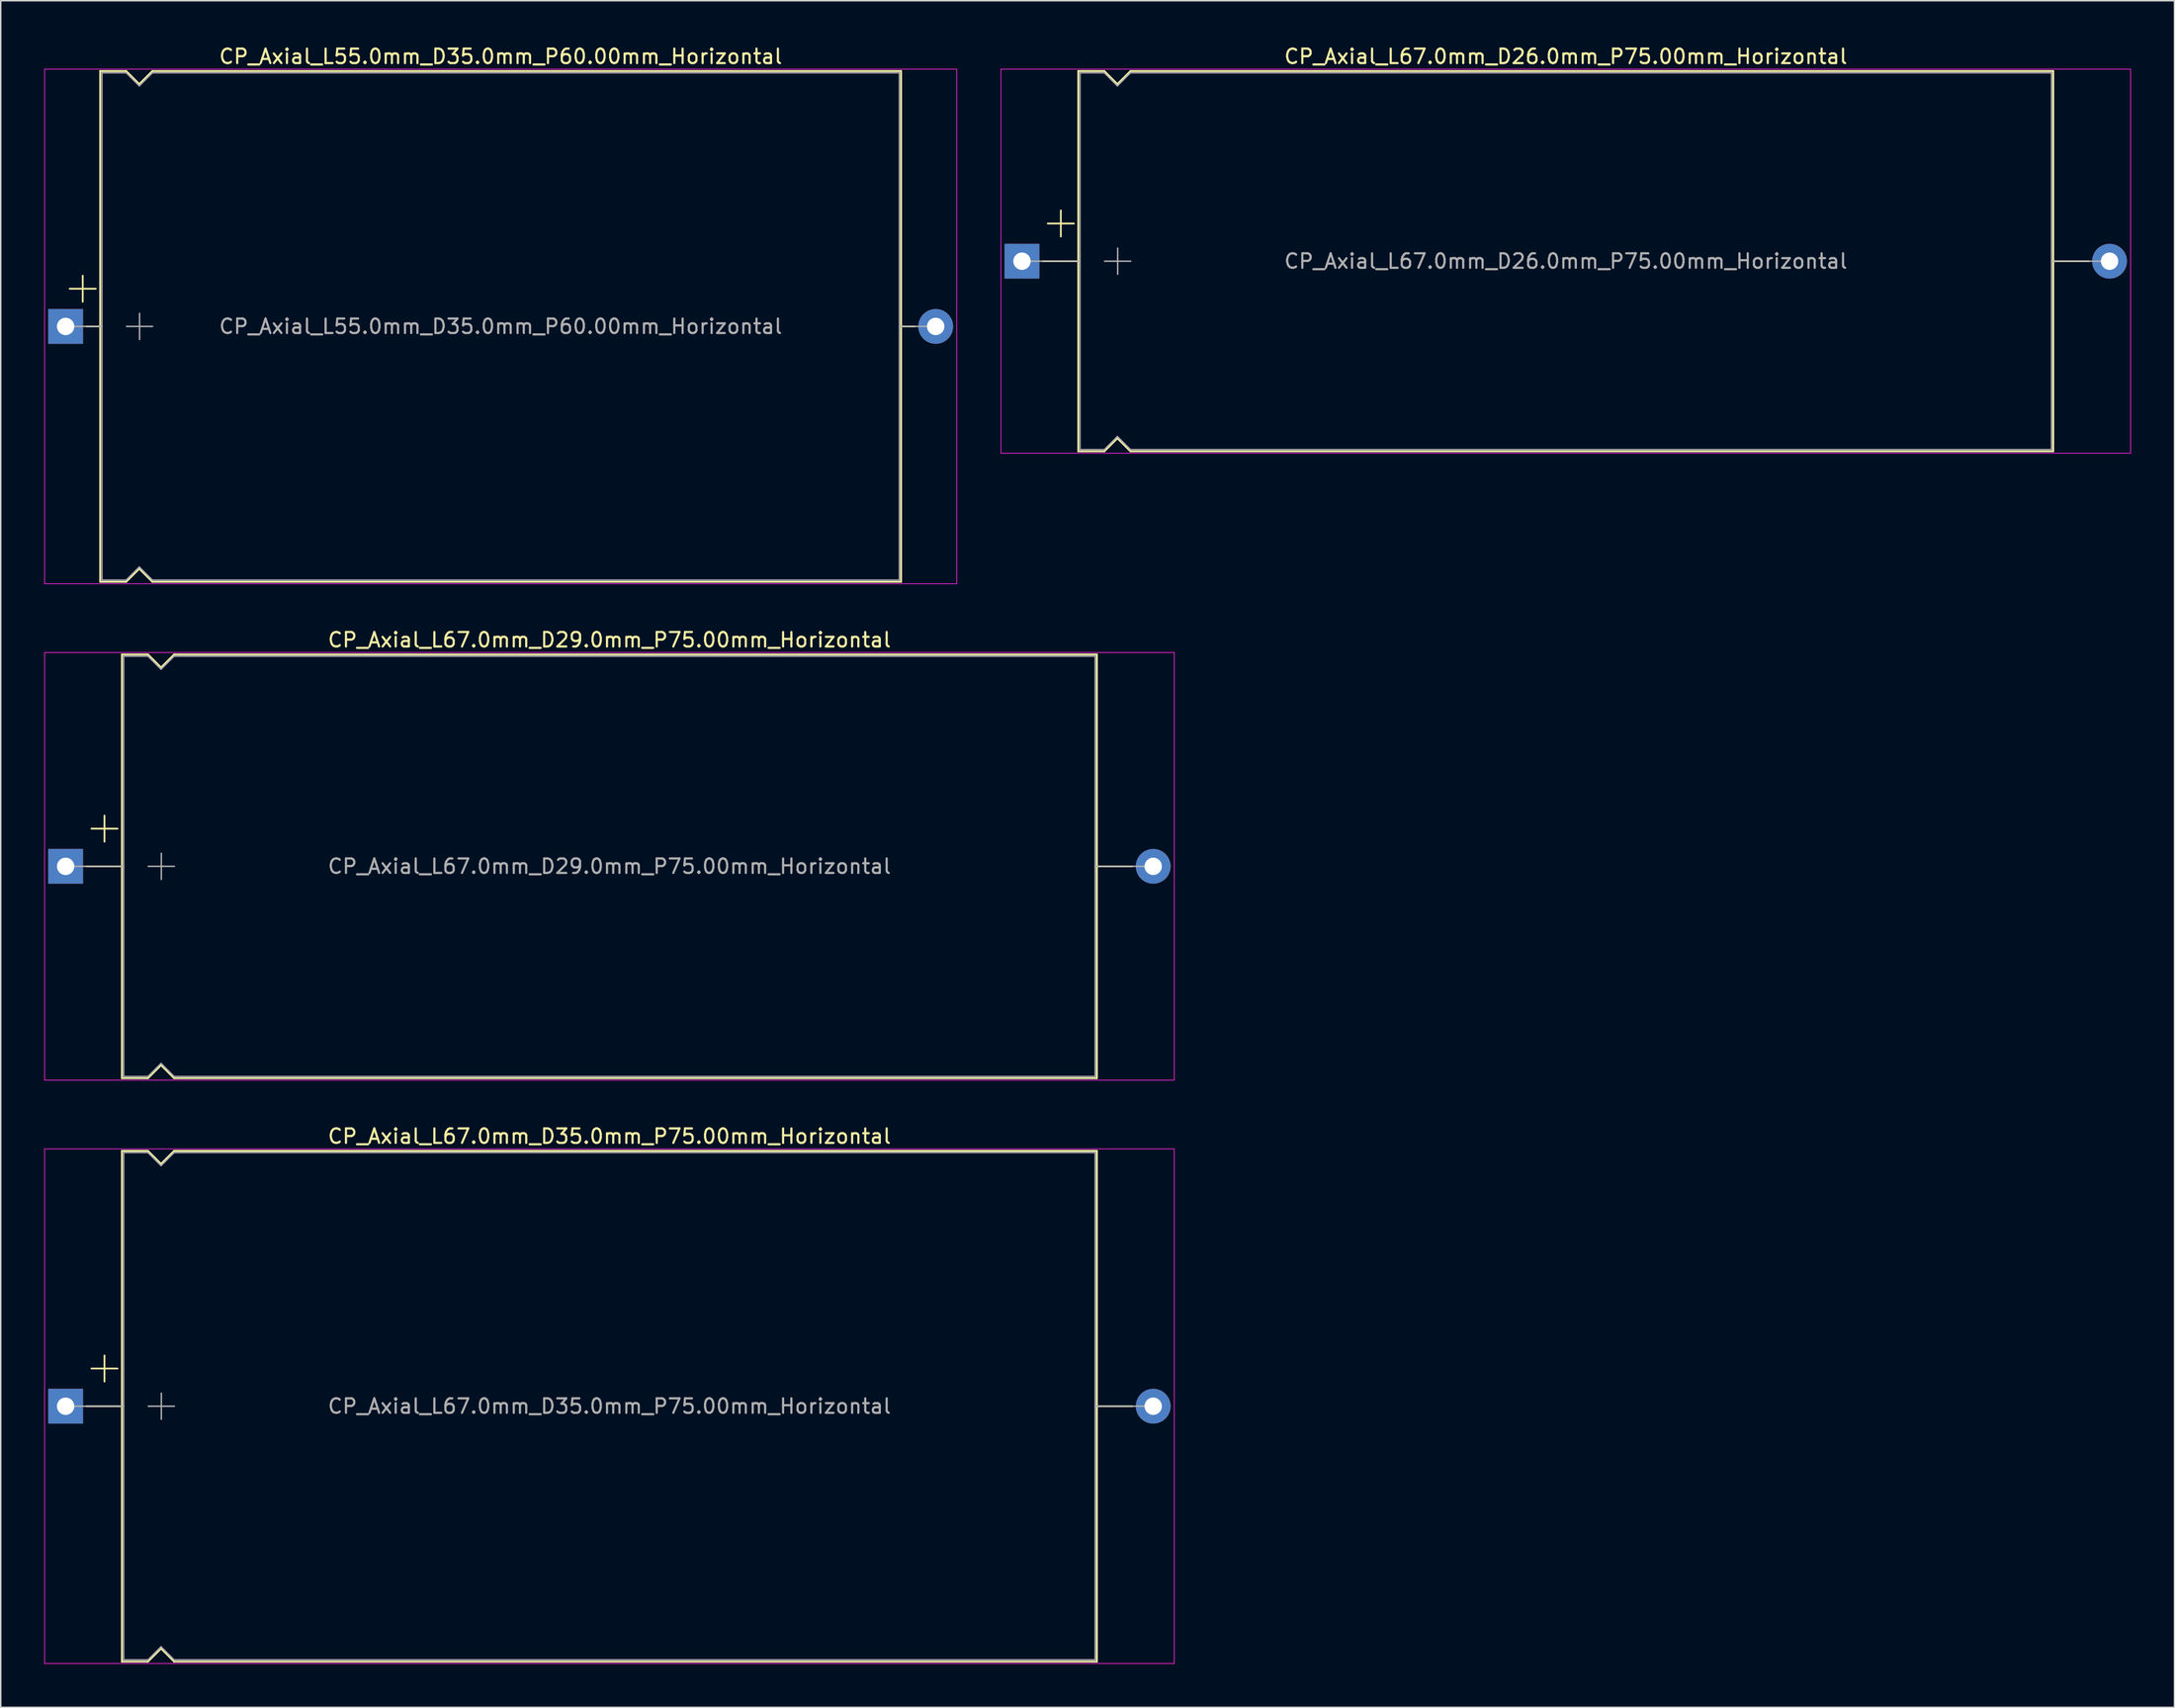
<source format=kicad_pcb>
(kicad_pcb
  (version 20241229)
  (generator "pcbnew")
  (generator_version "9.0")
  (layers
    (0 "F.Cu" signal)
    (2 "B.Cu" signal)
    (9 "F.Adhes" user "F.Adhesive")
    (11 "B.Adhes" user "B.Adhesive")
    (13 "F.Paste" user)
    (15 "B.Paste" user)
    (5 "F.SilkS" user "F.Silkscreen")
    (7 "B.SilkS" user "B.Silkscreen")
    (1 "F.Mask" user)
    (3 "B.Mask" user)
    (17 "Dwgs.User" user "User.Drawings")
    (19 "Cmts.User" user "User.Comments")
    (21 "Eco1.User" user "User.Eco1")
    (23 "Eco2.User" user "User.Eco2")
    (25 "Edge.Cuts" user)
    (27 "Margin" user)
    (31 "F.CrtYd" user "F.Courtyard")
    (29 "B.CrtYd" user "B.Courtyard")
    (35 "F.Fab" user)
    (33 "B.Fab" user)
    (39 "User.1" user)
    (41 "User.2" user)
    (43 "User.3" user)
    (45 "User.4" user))
  (footprint "CP_Axial_L67.0mm_D26.0mm_P75.00mm_Horizontal"
    (layer "F.Cu")
    (at 67.425 14.968)
    (property "Reference" "CP_Axial_L67.0mm_D26.0mm_P75.00mm_Horizontal" (at 37.5 -14.12 0) (layer "F.SilkS") (effects (font (size 1 1) (thickness 0.15))))
    (attr through_hole)
    (fp_line (start 1.44 0) (end 3.88 0) (stroke (width 0.12) (type solid)) (layer "F.SilkS"))
    (fp_line (start 1.78 -2.6) (end 3.58 -2.6) (stroke (width 0.12) (type solid)) (layer "F.SilkS"))
    (fp_line (start 2.68 -3.5) (end 2.68 -1.7) (stroke (width 0.12) (type solid)) (layer "F.SilkS"))
    (fp_line (start 3.88 -13.12) (end 3.88 13.12) (stroke (width 0.12) (type solid)) (layer "F.SilkS"))
    (fp_line (start 3.88 -13.12) (end 5.68 -13.12) (stroke (width 0.12) (type solid)) (layer "F.SilkS"))
    (fp_line (start 3.88 13.12) (end 5.68 13.12) (stroke (width 0.12) (type solid)) (layer "F.SilkS"))
    (fp_line (start 5.68 -13.12) (end 6.58 -12.22) (stroke (width 0.12) (type solid)) (layer "F.SilkS"))
    (fp_line (start 5.68 13.12) (end 6.58 12.22) (stroke (width 0.12) (type solid)) (layer "F.SilkS"))
    (fp_line (start 6.58 -12.22) (end 7.48 -13.12) (stroke (width 0.12) (type solid)) (layer "F.SilkS"))
    (fp_line (start 6.58 12.22) (end 7.48 13.12) (stroke (width 0.12) (type solid)) (layer "F.SilkS"))
    (fp_line (start 7.48 -13.12) (end 71.12 -13.12) (stroke (width 0.12) (type solid)) (layer "F.SilkS"))
    (fp_line (start 7.48 13.12) (end 71.12 13.12) (stroke (width 0.12) (type solid)) (layer "F.SilkS"))
    (fp_line (start 71.12 -13.12) (end 71.12 13.12) (stroke (width 0.12) (type solid)) (layer "F.SilkS"))
    (fp_line (start 73.56 0) (end 71.12 0) (stroke (width 0.12) (type solid)) (layer "F.SilkS"))
    (fp_line (start -1.45 -13.25) (end -1.45 13.25) (stroke (width 0.05) (type solid)) (layer "F.CrtYd"))
    (fp_line (start -1.45 13.25) (end 76.45 13.25) (stroke (width 0.05) (type solid)) (layer "F.CrtYd"))
    (fp_line (start 76.45 -13.25) (end -1.45 -13.25) (stroke (width 0.05) (type solid)) (layer "F.CrtYd"))
    (fp_line (start 76.45 13.25) (end 76.45 -13.25) (stroke (width 0.05) (type solid)) (layer "F.CrtYd"))
    (fp_line (start 0 0) (end 4 0) (stroke (width 0.1) (type solid)) (layer "F.Fab"))
    (fp_line (start 4 -13) (end 4 13) (stroke (width 0.1) (type solid)) (layer "F.Fab"))
    (fp_line (start 4 -13) (end 5.68 -13) (stroke (width 0.1) (type solid)) (layer "F.Fab"))
    (fp_line (start 4 13) (end 5.68 13) (stroke (width 0.1) (type solid)) (layer "F.Fab"))
    (fp_line (start 5.68 -13) (end 6.58 -12.1) (stroke (width 0.1) (type solid)) (layer "F.Fab"))
    (fp_line (start 5.68 13) (end 6.58 12.1) (stroke (width 0.1) (type solid)) (layer "F.Fab"))
    (fp_line (start 5.7 0) (end 7.5 0) (stroke (width 0.1) (type solid)) (layer "F.Fab"))
    (fp_line (start 6.58 -12.1) (end 7.48 -13) (stroke (width 0.1) (type solid)) (layer "F.Fab"))
    (fp_line (start 6.58 12.1) (end 7.48 13) (stroke (width 0.1) (type solid)) (layer "F.Fab"))
    (fp_line (start 6.6 -0.9) (end 6.6 0.9) (stroke (width 0.1) (type solid)) (layer "F.Fab"))
    (fp_line (start 7.48 -13) (end 71 -13) (stroke (width 0.1) (type solid)) (layer "F.Fab"))
    (fp_line (start 7.48 13) (end 71 13) (stroke (width 0.1) (type solid)) (layer "F.Fab"))
    (fp_line (start 71 -13) (end 71 13) (stroke (width 0.1) (type solid)) (layer "F.Fab"))
    (fp_line (start 75 0) (end 71 0) (stroke (width 0.1) (type solid)) (layer "F.Fab"))
    (fp_text user "${REFERENCE}" (at 37.5 0 0) (layer "F.Fab") (effects (font (size 1 1) (thickness 0.15))))
    (pad "1" thru_hole rect (at 0 0) (size 2.4 2.4) (drill 1.2) (layers "*.Cu" "*.Mask"))
    (pad "2" thru_hole oval (at 75 0) (size 2.4 2.4) (drill 1.2) (layers "*.Cu" "*.Mask")))
  (footprint "CP_Axial_L67.0mm_D29.0mm_P75.00mm_Horizontal"
    (layer "F.Cu")
    (at 1.475 56.712)
    (property "Reference" "CP_Axial_L67.0mm_D29.0mm_P75.00mm_Horizontal" (at 37.5 -15.62 0) (layer "F.SilkS") (effects (font (size 1 1) (thickness 0.15))))
    (attr through_hole)
    (fp_line (start 1.44 0) (end 3.88 0) (stroke (width 0.12) (type solid)) (layer "F.SilkS"))
    (fp_line (start 1.78 -2.6) (end 3.58 -2.6) (stroke (width 0.12) (type solid)) (layer "F.SilkS"))
    (fp_line (start 2.68 -3.5) (end 2.68 -1.7) (stroke (width 0.12) (type solid)) (layer "F.SilkS"))
    (fp_line (start 3.88 -14.62) (end 3.88 14.62) (stroke (width 0.12) (type solid)) (layer "F.SilkS"))
    (fp_line (start 3.88 -14.62) (end 5.68 -14.62) (stroke (width 0.12) (type solid)) (layer "F.SilkS"))
    (fp_line (start 3.88 14.62) (end 5.68 14.62) (stroke (width 0.12) (type solid)) (layer "F.SilkS"))
    (fp_line (start 5.68 -14.62) (end 6.58 -13.72) (stroke (width 0.12) (type solid)) (layer "F.SilkS"))
    (fp_line (start 5.68 14.62) (end 6.58 13.72) (stroke (width 0.12) (type solid)) (layer "F.SilkS"))
    (fp_line (start 6.58 -13.72) (end 7.48 -14.62) (stroke (width 0.12) (type solid)) (layer "F.SilkS"))
    (fp_line (start 6.58 13.72) (end 7.48 14.62) (stroke (width 0.12) (type solid)) (layer "F.SilkS"))
    (fp_line (start 7.48 -14.62) (end 71.12 -14.62) (stroke (width 0.12) (type solid)) (layer "F.SilkS"))
    (fp_line (start 7.48 14.62) (end 71.12 14.62) (stroke (width 0.12) (type solid)) (layer "F.SilkS"))
    (fp_line (start 71.12 -14.62) (end 71.12 14.62) (stroke (width 0.12) (type solid)) (layer "F.SilkS"))
    (fp_line (start 73.56 0) (end 71.12 0) (stroke (width 0.12) (type solid)) (layer "F.SilkS"))
    (fp_line (start -1.45 -14.75) (end -1.45 14.75) (stroke (width 0.05) (type solid)) (layer "F.CrtYd"))
    (fp_line (start -1.45 14.75) (end 76.45 14.75) (stroke (width 0.05) (type solid)) (layer "F.CrtYd"))
    (fp_line (start 76.45 -14.75) (end -1.45 -14.75) (stroke (width 0.05) (type solid)) (layer "F.CrtYd"))
    (fp_line (start 76.45 14.75) (end 76.45 -14.75) (stroke (width 0.05) (type solid)) (layer "F.CrtYd"))
    (fp_line (start 0 0) (end 4 0) (stroke (width 0.1) (type solid)) (layer "F.Fab"))
    (fp_line (start 4 -14.5) (end 4 14.5) (stroke (width 0.1) (type solid)) (layer "F.Fab"))
    (fp_line (start 4 -14.5) (end 5.68 -14.5) (stroke (width 0.1) (type solid)) (layer "F.Fab"))
    (fp_line (start 4 14.5) (end 5.68 14.5) (stroke (width 0.1) (type solid)) (layer "F.Fab"))
    (fp_line (start 5.68 -14.5) (end 6.58 -13.6) (stroke (width 0.1) (type solid)) (layer "F.Fab"))
    (fp_line (start 5.68 14.5) (end 6.58 13.6) (stroke (width 0.1) (type solid)) (layer "F.Fab"))
    (fp_line (start 5.7 0) (end 7.5 0) (stroke (width 0.1) (type solid)) (layer "F.Fab"))
    (fp_line (start 6.58 -13.6) (end 7.48 -14.5) (stroke (width 0.1) (type solid)) (layer "F.Fab"))
    (fp_line (start 6.58 13.6) (end 7.48 14.5) (stroke (width 0.1) (type solid)) (layer "F.Fab"))
    (fp_line (start 6.6 -0.9) (end 6.6 0.9) (stroke (width 0.1) (type solid)) (layer "F.Fab"))
    (fp_line (start 7.48 -14.5) (end 71 -14.5) (stroke (width 0.1) (type solid)) (layer "F.Fab"))
    (fp_line (start 7.48 14.5) (end 71 14.5) (stroke (width 0.1) (type solid)) (layer "F.Fab"))
    (fp_line (start 71 -14.5) (end 71 14.5) (stroke (width 0.1) (type solid)) (layer "F.Fab"))
    (fp_line (start 75 0) (end 71 0) (stroke (width 0.1) (type solid)) (layer "F.Fab"))
    (fp_text user "${REFERENCE}" (at 37.5 0 0) (layer "F.Fab") (effects (font (size 1 1) (thickness 0.15))))
    (pad "1" thru_hole rect (at 0 0) (size 2.4 2.4) (drill 1.2) (layers "*.Cu" "*.Mask"))
    (pad "2" thru_hole oval (at 75 0) (size 2.4 2.4) (drill 1.2) (layers "*.Cu" "*.Mask")))
  (footprint "CP_Axial_L55.0mm_D35.0mm_P60.00mm_Horizontal"
    (layer "F.Cu")
    (at 1.475 19.468)
    (property "Reference" "CP_Axial_L55.0mm_D35.0mm_P60.00mm_Horizontal" (at 30 -18.62 0) (layer "F.SilkS") (effects (font (size 1 1) (thickness 0.15))))
    (attr through_hole)
    (fp_line (start 0.28 -2.6) (end 2.08 -2.6) (stroke (width 0.12) (type solid)) (layer "F.SilkS"))
    (fp_line (start 1.18 -3.5) (end 1.18 -1.7) (stroke (width 0.12) (type solid)) (layer "F.SilkS"))
    (fp_line (start 1.44 0) (end 2.38 0) (stroke (width 0.12) (type solid)) (layer "F.SilkS"))
    (fp_line (start 2.38 -17.62) (end 2.38 17.62) (stroke (width 0.12) (type solid)) (layer "F.SilkS"))
    (fp_line (start 2.38 -17.62) (end 4.18 -17.62) (stroke (width 0.12) (type solid)) (layer "F.SilkS"))
    (fp_line (start 2.38 17.62) (end 4.18 17.62) (stroke (width 0.12) (type solid)) (layer "F.SilkS"))
    (fp_line (start 4.18 -17.62) (end 5.08 -16.72) (stroke (width 0.12) (type solid)) (layer "F.SilkS"))
    (fp_line (start 4.18 17.62) (end 5.08 16.72) (stroke (width 0.12) (type solid)) (layer "F.SilkS"))
    (fp_line (start 5.08 -16.72) (end 5.98 -17.62) (stroke (width 0.12) (type solid)) (layer "F.SilkS"))
    (fp_line (start 5.08 16.72) (end 5.98 17.62) (stroke (width 0.12) (type solid)) (layer "F.SilkS"))
    (fp_line (start 5.98 -17.62) (end 57.62 -17.62) (stroke (width 0.12) (type solid)) (layer "F.SilkS"))
    (fp_line (start 5.98 17.62) (end 57.62 17.62) (stroke (width 0.12) (type solid)) (layer "F.SilkS"))
    (fp_line (start 57.62 -17.62) (end 57.62 17.62) (stroke (width 0.12) (type solid)) (layer "F.SilkS"))
    (fp_line (start 58.56 0) (end 57.62 0) (stroke (width 0.12) (type solid)) (layer "F.SilkS"))
    (fp_line (start -1.45 -17.75) (end -1.45 17.75) (stroke (width 0.05) (type solid)) (layer "F.CrtYd"))
    (fp_line (start -1.45 17.75) (end 61.45 17.75) (stroke (width 0.05) (type solid)) (layer "F.CrtYd"))
    (fp_line (start 61.45 -17.75) (end -1.45 -17.75) (stroke (width 0.05) (type solid)) (layer "F.CrtYd"))
    (fp_line (start 61.45 17.75) (end 61.45 -17.75) (stroke (width 0.05) (type solid)) (layer "F.CrtYd"))
    (fp_line (start 0 0) (end 2.5 0) (stroke (width 0.1) (type solid)) (layer "F.Fab"))
    (fp_line (start 2.5 -17.5) (end 2.5 17.5) (stroke (width 0.1) (type solid)) (layer "F.Fab"))
    (fp_line (start 2.5 -17.5) (end 4.18 -17.5) (stroke (width 0.1) (type solid)) (layer "F.Fab"))
    (fp_line (start 2.5 17.5) (end 4.18 17.5) (stroke (width 0.1) (type solid)) (layer "F.Fab"))
    (fp_line (start 4.18 -17.5) (end 5.08 -16.6) (stroke (width 0.1) (type solid)) (layer "F.Fab"))
    (fp_line (start 4.18 17.5) (end 5.08 16.6) (stroke (width 0.1) (type solid)) (layer "F.Fab"))
    (fp_line (start 4.2 0) (end 6 0) (stroke (width 0.1) (type solid)) (layer "F.Fab"))
    (fp_line (start 5.08 -16.6) (end 5.98 -17.5) (stroke (width 0.1) (type solid)) (layer "F.Fab"))
    (fp_line (start 5.08 16.6) (end 5.98 17.5) (stroke (width 0.1) (type solid)) (layer "F.Fab"))
    (fp_line (start 5.1 -0.9) (end 5.1 0.9) (stroke (width 0.1) (type solid)) (layer "F.Fab"))
    (fp_line (start 5.98 -17.5) (end 57.5 -17.5) (stroke (width 0.1) (type solid)) (layer "F.Fab"))
    (fp_line (start 5.98 17.5) (end 57.5 17.5) (stroke (width 0.1) (type solid)) (layer "F.Fab"))
    (fp_line (start 57.5 -17.5) (end 57.5 17.5) (stroke (width 0.1) (type solid)) (layer "F.Fab"))
    (fp_line (start 60 0) (end 57.5 0) (stroke (width 0.1) (type solid)) (layer "F.Fab"))
    (fp_text user "${REFERENCE}" (at 30 0 0) (layer "F.Fab") (effects (font (size 1 1) (thickness 0.15))))
    (pad "1" thru_hole rect (at 0 0) (size 2.4 2.4) (drill 1.2) (layers "*.Cu" "*.Mask"))
    (pad "2" thru_hole oval (at 60 0) (size 2.4 2.4) (drill 1.2) (layers "*.Cu" "*.Mask")))
  (footprint "CP_Axial_L67.0mm_D35.0mm_P75.00mm_Horizontal"
    (layer "F.Cu")
    (at 1.475 93.955)
    (property "Reference" "CP_Axial_L67.0mm_D35.0mm_P75.00mm_Horizontal" (at 37.5 -18.62 0) (layer "F.SilkS") (effects (font (size 1 1) (thickness 0.15))))
    (attr through_hole)
    (fp_line (start 1.44 0) (end 3.88 0) (stroke (width 0.12) (type solid)) (layer "F.SilkS"))
    (fp_line (start 1.78 -2.6) (end 3.58 -2.6) (stroke (width 0.12) (type solid)) (layer "F.SilkS"))
    (fp_line (start 2.68 -3.5) (end 2.68 -1.7) (stroke (width 0.12) (type solid)) (layer "F.SilkS"))
    (fp_line (start 3.88 -17.62) (end 3.88 17.62) (stroke (width 0.12) (type solid)) (layer "F.SilkS"))
    (fp_line (start 3.88 -17.62) (end 5.68 -17.62) (stroke (width 0.12) (type solid)) (layer "F.SilkS"))
    (fp_line (start 3.88 17.62) (end 5.68 17.62) (stroke (width 0.12) (type solid)) (layer "F.SilkS"))
    (fp_line (start 5.68 -17.62) (end 6.58 -16.72) (stroke (width 0.12) (type solid)) (layer "F.SilkS"))
    (fp_line (start 5.68 17.62) (end 6.58 16.72) (stroke (width 0.12) (type solid)) (layer "F.SilkS"))
    (fp_line (start 6.58 -16.72) (end 7.48 -17.62) (stroke (width 0.12) (type solid)) (layer "F.SilkS"))
    (fp_line (start 6.58 16.72) (end 7.48 17.62) (stroke (width 0.12) (type solid)) (layer "F.SilkS"))
    (fp_line (start 7.48 -17.62) (end 71.12 -17.62) (stroke (width 0.12) (type solid)) (layer "F.SilkS"))
    (fp_line (start 7.48 17.62) (end 71.12 17.62) (stroke (width 0.12) (type solid)) (layer "F.SilkS"))
    (fp_line (start 71.12 -17.62) (end 71.12 17.62) (stroke (width 0.12) (type solid)) (layer "F.SilkS"))
    (fp_line (start 73.56 0) (end 71.12 0) (stroke (width 0.12) (type solid)) (layer "F.SilkS"))
    (fp_line (start -1.45 -17.75) (end -1.45 17.75) (stroke (width 0.05) (type solid)) (layer "F.CrtYd"))
    (fp_line (start -1.45 17.75) (end 76.45 17.75) (stroke (width 0.05) (type solid)) (layer "F.CrtYd"))
    (fp_line (start 76.45 -17.75) (end -1.45 -17.75) (stroke (width 0.05) (type solid)) (layer "F.CrtYd"))
    (fp_line (start 76.45 17.75) (end 76.45 -17.75) (stroke (width 0.05) (type solid)) (layer "F.CrtYd"))
    (fp_line (start 0 0) (end 4 0) (stroke (width 0.1) (type solid)) (layer "F.Fab"))
    (fp_line (start 4 -17.5) (end 4 17.5) (stroke (width 0.1) (type solid)) (layer "F.Fab"))
    (fp_line (start 4 -17.5) (end 5.68 -17.5) (stroke (width 0.1) (type solid)) (layer "F.Fab"))
    (fp_line (start 4 17.5) (end 5.68 17.5) (stroke (width 0.1) (type solid)) (layer "F.Fab"))
    (fp_line (start 5.68 -17.5) (end 6.58 -16.6) (stroke (width 0.1) (type solid)) (layer "F.Fab"))
    (fp_line (start 5.68 17.5) (end 6.58 16.6) (stroke (width 0.1) (type solid)) (layer "F.Fab"))
    (fp_line (start 5.7 0) (end 7.5 0) (stroke (width 0.1) (type solid)) (layer "F.Fab"))
    (fp_line (start 6.58 -16.6) (end 7.48 -17.5) (stroke (width 0.1) (type solid)) (layer "F.Fab"))
    (fp_line (start 6.58 16.6) (end 7.48 17.5) (stroke (width 0.1) (type solid)) (layer "F.Fab"))
    (fp_line (start 6.6 -0.9) (end 6.6 0.9) (stroke (width 0.1) (type solid)) (layer "F.Fab"))
    (fp_line (start 7.48 -17.5) (end 71 -17.5) (stroke (width 0.1) (type solid)) (layer "F.Fab"))
    (fp_line (start 7.48 17.5) (end 71 17.5) (stroke (width 0.1) (type solid)) (layer "F.Fab"))
    (fp_line (start 71 -17.5) (end 71 17.5) (stroke (width 0.1) (type solid)) (layer "F.Fab"))
    (fp_line (start 75 0) (end 71 0) (stroke (width 0.1) (type solid)) (layer "F.Fab"))
    (fp_text user "${REFERENCE}" (at 37.5 0 0) (layer "F.Fab") (effects (font (size 1 1) (thickness 0.15))))
    (pad "1" thru_hole rect (at 0 0) (size 2.4 2.4) (drill 1.2) (layers "*.Cu" "*.Mask"))
    (pad "2" thru_hole oval (at 75 0) (size 2.4 2.4) (drill 1.2) (layers "*.Cu" "*.Mask")))
  (gr_rect
    (start -3 -3)
    (end 146.9 114.73)
    (stroke (width 0.1) (type default))
    (fill no)
    (layer "Edge.Cuts")))
</source>
